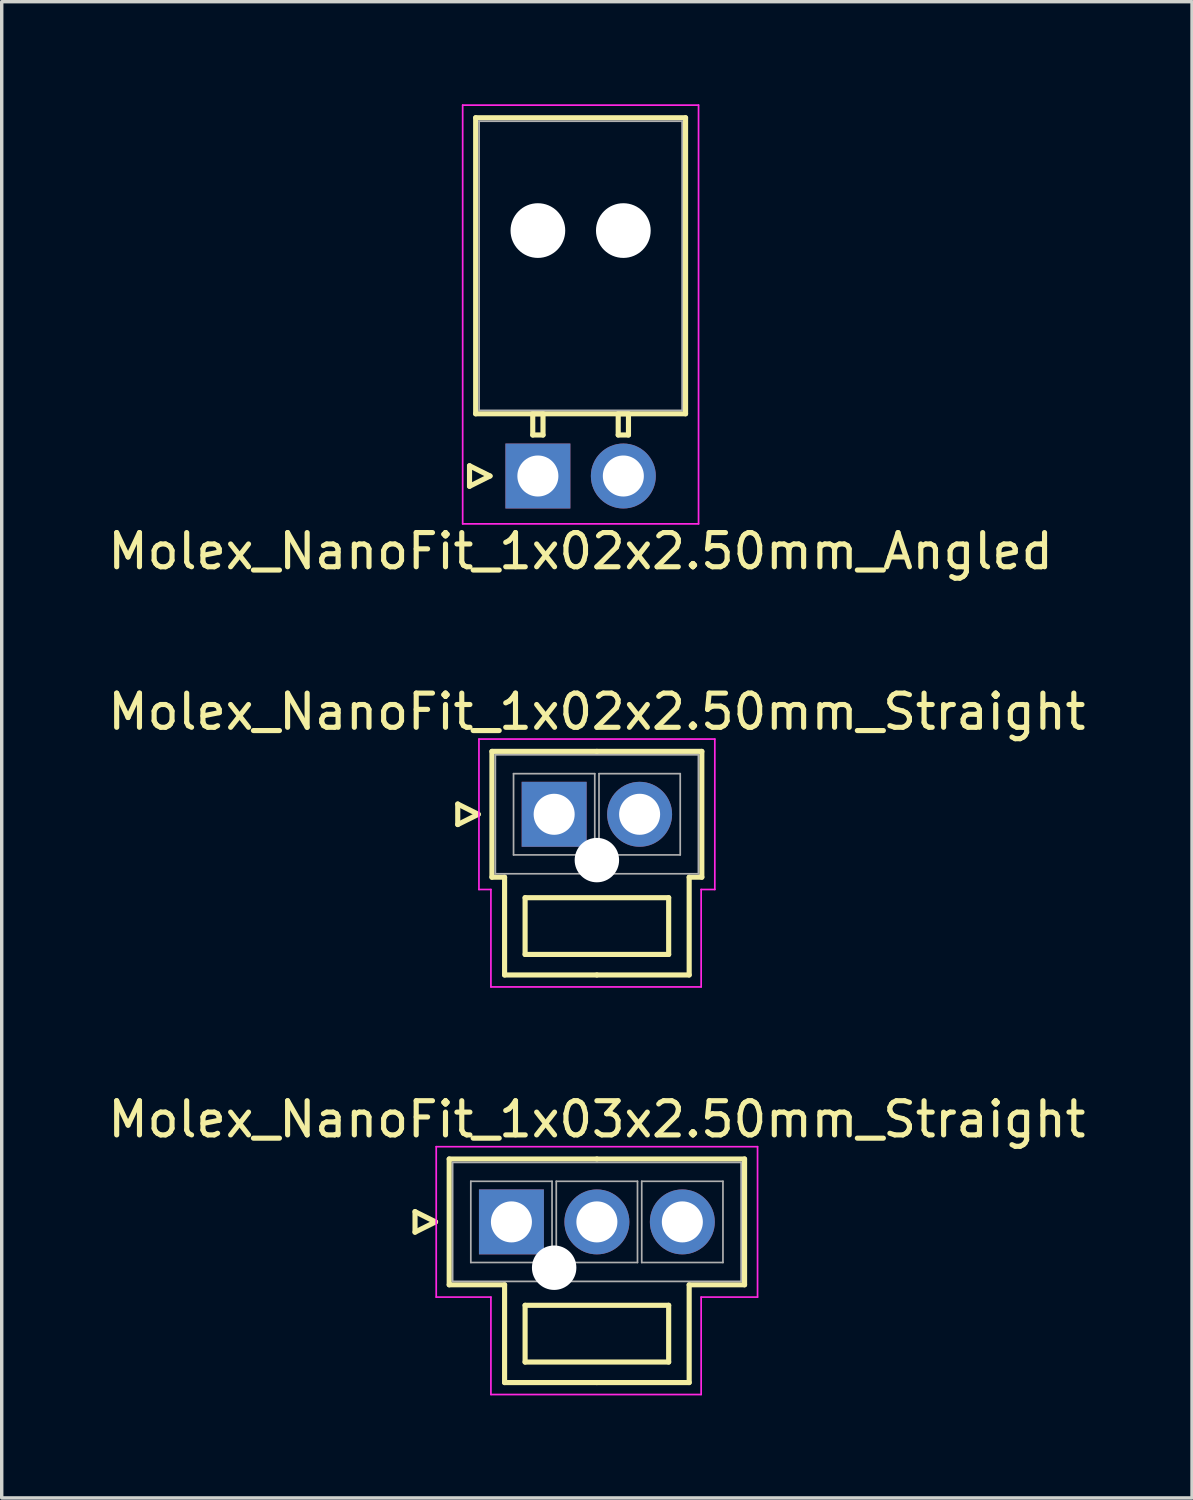
<source format=kicad_pcb>
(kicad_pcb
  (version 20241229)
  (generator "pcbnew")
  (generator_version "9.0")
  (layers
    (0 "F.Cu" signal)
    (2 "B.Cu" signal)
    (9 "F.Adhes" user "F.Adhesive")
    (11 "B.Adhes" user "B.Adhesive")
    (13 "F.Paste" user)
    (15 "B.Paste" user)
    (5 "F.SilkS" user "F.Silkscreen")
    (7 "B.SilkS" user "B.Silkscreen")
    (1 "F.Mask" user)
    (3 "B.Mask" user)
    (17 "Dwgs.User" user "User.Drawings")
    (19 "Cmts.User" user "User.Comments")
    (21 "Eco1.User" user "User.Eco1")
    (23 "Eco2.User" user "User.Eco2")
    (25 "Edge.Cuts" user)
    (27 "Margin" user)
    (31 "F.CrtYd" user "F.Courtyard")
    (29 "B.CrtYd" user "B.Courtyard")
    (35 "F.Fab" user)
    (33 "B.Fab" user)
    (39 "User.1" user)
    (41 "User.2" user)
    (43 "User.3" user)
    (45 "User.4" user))
  (footprint "Molex_NanoFit_1x02x2.50mm_Angled"
    (layer "F.Cu")
    (at 12.685 10.875)
    (property "Reference" "Molex_NanoFit_1x02x2.50mm_Angled" (at 1.25 2.2 0) (layer "F.SilkS") (effects (font (size 1 1) (thickness 0.15))))
    (attr through_hole)
    (fp_line (start -2 -0.3) (end -1.4 0) (stroke (width 0.15) (type solid)) (layer "F.SilkS"))
    (fp_line (start -2 0.3) (end -2 -0.3) (stroke (width 0.15) (type solid)) (layer "F.SilkS"))
    (fp_line (start -1.82 -10.48) (end -1.82 -1.82) (stroke (width 0.15) (type solid)) (layer "F.SilkS"))
    (fp_line (start -1.82 -1.82) (end 4.32 -1.82) (stroke (width 0.15) (type solid)) (layer "F.SilkS"))
    (fp_line (start -1.4 0) (end -2 0.3) (stroke (width 0.15) (type solid)) (layer "F.SilkS"))
    (fp_line (start -0.15 -1.82) (end -0.15 -1.2) (stroke (width 0.15) (type solid)) (layer "F.SilkS"))
    (fp_line (start -0.15 -1.2) (end 0.15 -1.2) (stroke (width 0.15) (type solid)) (layer "F.SilkS"))
    (fp_line (start 0.15 -1.82) (end -0.15 -1.82) (stroke (width 0.15) (type solid)) (layer "F.SilkS"))
    (fp_line (start 0.15 -1.2) (end 0.15 -1.82) (stroke (width 0.15) (type solid)) (layer "F.SilkS"))
    (fp_line (start 2.35 -1.82) (end 2.35 -1.2) (stroke (width 0.15) (type solid)) (layer "F.SilkS"))
    (fp_line (start 2.35 -1.2) (end 2.65 -1.2) (stroke (width 0.15) (type solid)) (layer "F.SilkS"))
    (fp_line (start 2.65 -1.82) (end 2.35 -1.82) (stroke (width 0.15) (type solid)) (layer "F.SilkS"))
    (fp_line (start 2.65 -1.2) (end 2.65 -1.82) (stroke (width 0.15) (type solid)) (layer "F.SilkS"))
    (fp_line (start 4.32 -10.48) (end -1.82 -10.48) (stroke (width 0.15) (type solid)) (layer "F.SilkS"))
    (fp_line (start 4.32 -1.82) (end 4.32 -10.48) (stroke (width 0.15) (type solid)) (layer "F.SilkS"))
    (fp_line (start -2.2 -10.85) (end -2.2 1.4) (stroke (width 0.05) (type solid)) (layer "F.CrtYd"))
    (fp_line (start -2.2 1.4) (end 4.7 1.4) (stroke (width 0.05) (type solid)) (layer "F.CrtYd"))
    (fp_line (start 4.7 -10.85) (end -2.2 -10.85) (stroke (width 0.05) (type solid)) (layer "F.CrtYd"))
    (fp_line (start 4.7 1.4) (end 4.7 -10.85) (stroke (width 0.05) (type solid)) (layer "F.CrtYd"))
    (fp_line (start -1.72 -10.38) (end -1.72 -1.92) (stroke (width 0.05) (type solid)) (layer "F.Fab"))
    (fp_line (start -1.72 -1.92) (end 4.22 -1.92) (stroke (width 0.05) (type solid)) (layer "F.Fab"))
    (fp_line (start 4.22 -10.38) (end -1.72 -10.38) (stroke (width 0.05) (type solid)) (layer "F.Fab"))
    (fp_line (start 4.22 -1.92) (end 4.22 -10.38) (stroke (width 0.05) (type solid)) (layer "F.Fab"))
    (pad "" np_thru_hole circle (at 0 -7.18) (size 1.6 1.6) (drill 1.6) (layers "*.Cu"))
    (pad "" np_thru_hole circle (at 2.5 -7.18) (size 1.6 1.6) (drill 1.6) (layers "*.Cu"))
    (pad "1" thru_hole rect (at 0 0) (size 1.9 1.9) (drill 1.2) (layers "*.Cu" "*.Mask"))
    (pad "2" thru_hole circle (at 2.5 0) (size 1.9 1.9) (drill 1.2) (layers "*.Cu" "*.Mask")))
  (footprint "Molex_NanoFit_1x02x2.50mm_Straight"
    (layer "F.Cu")
    (at 13.161 20.771)
    (property "Reference" "Molex_NanoFit_1x02x2.50mm_Straight" (at 1.25 -3 0) (layer "F.SilkS") (effects (font (size 1 1) (thickness 0.15))))
    (attr through_hole)
    (fp_line (start -2.82 -0.3) (end -2.22 0) (stroke (width 0.15) (type solid)) (layer "F.SilkS"))
    (fp_line (start -2.82 0.3) (end -2.82 -0.3) (stroke (width 0.15) (type solid)) (layer "F.SilkS"))
    (fp_line (start -2.22 0) (end -2.82 0.3) (stroke (width 0.15) (type solid)) (layer "F.SilkS"))
    (fp_line (start -1.82 -1.84) (end -1.82 1.84) (stroke (width 0.15) (type solid)) (layer "F.SilkS"))
    (fp_line (start -1.82 1.84) (end -1.45 1.84) (stroke (width 0.15) (type solid)) (layer "F.SilkS"))
    (fp_line (start -1.45 1.84) (end -1.45 4.7) (stroke (width 0.15) (type solid)) (layer "F.SilkS"))
    (fp_line (start -1.45 4.7) (end 1.25 4.7) (stroke (width 0.15) (type solid)) (layer "F.SilkS"))
    (fp_line (start -0.85 2.44) (end -0.85 4.1) (stroke (width 0.15) (type solid)) (layer "F.SilkS"))
    (fp_line (start -0.85 4.1) (end 3.35 4.1) (stroke (width 0.15) (type solid)) (layer "F.SilkS"))
    (fp_line (start 1.25 -1.84) (end -1.82 -1.84) (stroke (width 0.15) (type solid)) (layer "F.SilkS"))
    (fp_line (start 1.25 -1.84) (end 4.32 -1.84) (stroke (width 0.15) (type solid)) (layer "F.SilkS"))
    (fp_line (start 3.35 2.44) (end -0.85 2.44) (stroke (width 0.15) (type solid)) (layer "F.SilkS"))
    (fp_line (start 3.35 4.1) (end 3.35 2.44) (stroke (width 0.15) (type solid)) (layer "F.SilkS"))
    (fp_line (start 3.95 1.84) (end 3.95 4.7) (stroke (width 0.15) (type solid)) (layer "F.SilkS"))
    (fp_line (start 3.95 4.7) (end 1.25 4.7) (stroke (width 0.15) (type solid)) (layer "F.SilkS"))
    (fp_line (start 4.32 -1.84) (end 4.32 1.84) (stroke (width 0.15) (type solid)) (layer "F.SilkS"))
    (fp_line (start 4.32 1.84) (end 3.95 1.84) (stroke (width 0.15) (type solid)) (layer "F.SilkS"))
    (fp_line (start -2.2 -2.2) (end -2.2 2.2) (stroke (width 0.05) (type solid)) (layer "F.CrtYd"))
    (fp_line (start -2.2 2.2) (end -1.85 2.2) (stroke (width 0.05) (type solid)) (layer "F.CrtYd"))
    (fp_line (start -1.85 2.2) (end -1.85 5.05) (stroke (width 0.05) (type solid)) (layer "F.CrtYd"))
    (fp_line (start -1.85 5.05) (end 4.3 5.05) (stroke (width 0.05) (type solid)) (layer "F.CrtYd"))
    (fp_line (start 4.3 2.2) (end 4.7 2.2) (stroke (width 0.05) (type solid)) (layer "F.CrtYd"))
    (fp_line (start 4.3 5.05) (end 4.3 2.2) (stroke (width 0.05) (type solid)) (layer "F.CrtYd"))
    (fp_line (start 4.7 -2.2) (end -2.2 -2.2) (stroke (width 0.05) (type solid)) (layer "F.CrtYd"))
    (fp_line (start 4.7 2.2) (end 4.7 -2.2) (stroke (width 0.05) (type solid)) (layer "F.CrtYd"))
    (fp_line (start -1.72 -1.74) (end -1.72 1.74) (stroke (width 0.05) (type solid)) (layer "F.Fab"))
    (fp_line (start -1.72 1.74) (end 4.22 1.74) (stroke (width 0.05) (type solid)) (layer "F.Fab"))
    (fp_line (start -1.188 -1.188) (end -1.188 1.188) (stroke (width 0.05) (type solid)) (layer "F.Fab"))
    (fp_line (start -1.188 1.188) (end 1.188 1.188) (stroke (width 0.05) (type solid)) (layer "F.Fab"))
    (fp_line (start 1.188 -1.188) (end -1.188 -1.188) (stroke (width 0.05) (type solid)) (layer "F.Fab"))
    (fp_line (start 1.188 1.188) (end 1.188 -1.188) (stroke (width 0.05) (type solid)) (layer "F.Fab"))
    (fp_line (start 1.312 -1.188) (end 1.312 1.188) (stroke (width 0.05) (type solid)) (layer "F.Fab"))
    (fp_line (start 1.312 1.188) (end 3.688 1.188) (stroke (width 0.05) (type solid)) (layer "F.Fab"))
    (fp_line (start 3.688 -1.188) (end 1.312 -1.188) (stroke (width 0.05) (type solid)) (layer "F.Fab"))
    (fp_line (start 3.688 1.188) (end 3.688 -1.188) (stroke (width 0.05) (type solid)) (layer "F.Fab"))
    (fp_line (start 4.22 -1.74) (end -1.72 -1.74) (stroke (width 0.05) (type solid)) (layer "F.Fab"))
    (fp_line (start 4.22 1.74) (end 4.22 -1.74) (stroke (width 0.05) (type solid)) (layer "F.Fab"))
    (pad "" np_thru_hole circle (at 1.25 1.34) (size 1.3 1.3) (drill 1.3) (layers "*.Cu"))
    (pad "1" thru_hole rect (at 0 0) (size 1.9 1.9) (drill 1.2) (layers "*.Cu" "*.Mask"))
    (pad "2" thru_hole circle (at 2.5 0) (size 1.9 1.9) (drill 1.2) (layers "*.Cu" "*.Mask")))
  (footprint "Molex_NanoFit_1x03x2.50mm_Straight"
    (layer "F.Cu")
    (at 11.911 32.695)
    (property "Reference" "Molex_NanoFit_1x03x2.50mm_Straight" (at 2.5 -3 0) (layer "F.SilkS") (effects (font (size 1 1) (thickness 0.15))))
    (attr through_hole)
    (fp_line (start -2.82 -0.3) (end -2.22 0) (stroke (width 0.15) (type solid)) (layer "F.SilkS"))
    (fp_line (start -2.82 0.3) (end -2.82 -0.3) (stroke (width 0.15) (type solid)) (layer "F.SilkS"))
    (fp_line (start -2.22 0) (end -2.82 0.3) (stroke (width 0.15) (type solid)) (layer "F.SilkS"))
    (fp_line (start -1.82 -1.84) (end -1.82 1.84) (stroke (width 0.15) (type solid)) (layer "F.SilkS"))
    (fp_line (start -1.82 1.84) (end -0.2 1.84) (stroke (width 0.15) (type solid)) (layer "F.SilkS"))
    (fp_line (start -0.2 1.84) (end -0.2 4.7) (stroke (width 0.15) (type solid)) (layer "F.SilkS"))
    (fp_line (start -0.2 4.7) (end 2.5 4.7) (stroke (width 0.15) (type solid)) (layer "F.SilkS"))
    (fp_line (start 0.4 2.44) (end 0.4 4.1) (stroke (width 0.15) (type solid)) (layer "F.SilkS"))
    (fp_line (start 0.4 4.1) (end 4.6 4.1) (stroke (width 0.15) (type solid)) (layer "F.SilkS"))
    (fp_line (start 2.5 -1.84) (end -1.82 -1.84) (stroke (width 0.15) (type solid)) (layer "F.SilkS"))
    (fp_line (start 2.5 -1.84) (end 6.82 -1.84) (stroke (width 0.15) (type solid)) (layer "F.SilkS"))
    (fp_line (start 4.6 2.44) (end 0.4 2.44) (stroke (width 0.15) (type solid)) (layer "F.SilkS"))
    (fp_line (start 4.6 4.1) (end 4.6 2.44) (stroke (width 0.15) (type solid)) (layer "F.SilkS"))
    (fp_line (start 5.2 1.84) (end 5.2 4.7) (stroke (width 0.15) (type solid)) (layer "F.SilkS"))
    (fp_line (start 5.2 4.7) (end 2.5 4.7) (stroke (width 0.15) (type solid)) (layer "F.SilkS"))
    (fp_line (start 6.82 -1.84) (end 6.82 1.84) (stroke (width 0.15) (type solid)) (layer "F.SilkS"))
    (fp_line (start 6.82 1.84) (end 5.2 1.84) (stroke (width 0.15) (type solid)) (layer "F.SilkS"))
    (fp_line (start -2.2 -2.2) (end -2.2 2.2) (stroke (width 0.05) (type solid)) (layer "F.CrtYd"))
    (fp_line (start -2.2 2.2) (end -0.6 2.2) (stroke (width 0.05) (type solid)) (layer "F.CrtYd"))
    (fp_line (start -0.6 2.2) (end -0.6 5.05) (stroke (width 0.05) (type solid)) (layer "F.CrtYd"))
    (fp_line (start -0.6 5.05) (end 5.55 5.05) (stroke (width 0.05) (type solid)) (layer "F.CrtYd"))
    (fp_line (start 5.55 2.2) (end 7.2 2.2) (stroke (width 0.05) (type solid)) (layer "F.CrtYd"))
    (fp_line (start 5.55 5.05) (end 5.55 2.2) (stroke (width 0.05) (type solid)) (layer "F.CrtYd"))
    (fp_line (start 7.2 -2.2) (end -2.2 -2.2) (stroke (width 0.05) (type solid)) (layer "F.CrtYd"))
    (fp_line (start 7.2 2.2) (end 7.2 -2.2) (stroke (width 0.05) (type solid)) (layer "F.CrtYd"))
    (fp_line (start -1.72 -1.74) (end -1.72 1.74) (stroke (width 0.05) (type solid)) (layer "F.Fab"))
    (fp_line (start -1.72 1.74) (end 6.72 1.74) (stroke (width 0.05) (type solid)) (layer "F.Fab"))
    (fp_line (start -1.188 -1.188) (end -1.188 1.188) (stroke (width 0.05) (type solid)) (layer "F.Fab"))
    (fp_line (start -1.188 1.188) (end 1.188 1.188) (stroke (width 0.05) (type solid)) (layer "F.Fab"))
    (fp_line (start 1.188 -1.188) (end -1.188 -1.188) (stroke (width 0.05) (type solid)) (layer "F.Fab"))
    (fp_line (start 1.188 1.188) (end 1.188 -1.188) (stroke (width 0.05) (type solid)) (layer "F.Fab"))
    (fp_line (start 1.312 -1.188) (end 1.312 1.188) (stroke (width 0.05) (type solid)) (layer "F.Fab"))
    (fp_line (start 1.312 1.188) (end 3.688 1.188) (stroke (width 0.05) (type solid)) (layer "F.Fab"))
    (fp_line (start 3.688 -1.188) (end 1.312 -1.188) (stroke (width 0.05) (type solid)) (layer "F.Fab"))
    (fp_line (start 3.688 1.188) (end 3.688 -1.188) (stroke (width 0.05) (type solid)) (layer "F.Fab"))
    (fp_line (start 3.812 -1.188) (end 3.812 1.188) (stroke (width 0.05) (type solid)) (layer "F.Fab"))
    (fp_line (start 3.812 1.188) (end 6.188 1.188) (stroke (width 0.05) (type solid)) (layer "F.Fab"))
    (fp_line (start 6.188 -1.188) (end 3.812 -1.188) (stroke (width 0.05) (type solid)) (layer "F.Fab"))
    (fp_line (start 6.188 1.188) (end 6.188 -1.188) (stroke (width 0.05) (type solid)) (layer "F.Fab"))
    (fp_line (start 6.72 -1.74) (end -1.72 -1.74) (stroke (width 0.05) (type solid)) (layer "F.Fab"))
    (fp_line (start 6.72 1.74) (end 6.72 -1.74) (stroke (width 0.05) (type solid)) (layer "F.Fab"))
    (pad "" np_thru_hole circle (at 1.25 1.34) (size 1.3 1.3) (drill 1.3) (layers "*.Cu"))
    (pad "1" thru_hole rect (at 0 0) (size 1.9 1.9) (drill 1.2) (layers "*.Cu" "*.Mask"))
    (pad "2" thru_hole circle (at 2.5 0) (size 1.9 1.9) (drill 1.2) (layers "*.Cu" "*.Mask"))
    (pad "3" thru_hole circle (at 5 0) (size 1.9 1.9) (drill 1.2) (layers "*.Cu" "*.Mask")))
  (gr_rect
    (start -3 -3)
    (end 31.821 40.77)
    (stroke (width 0.1) (type default))
    (fill no)
    (layer "Edge.Cuts")))
</source>
